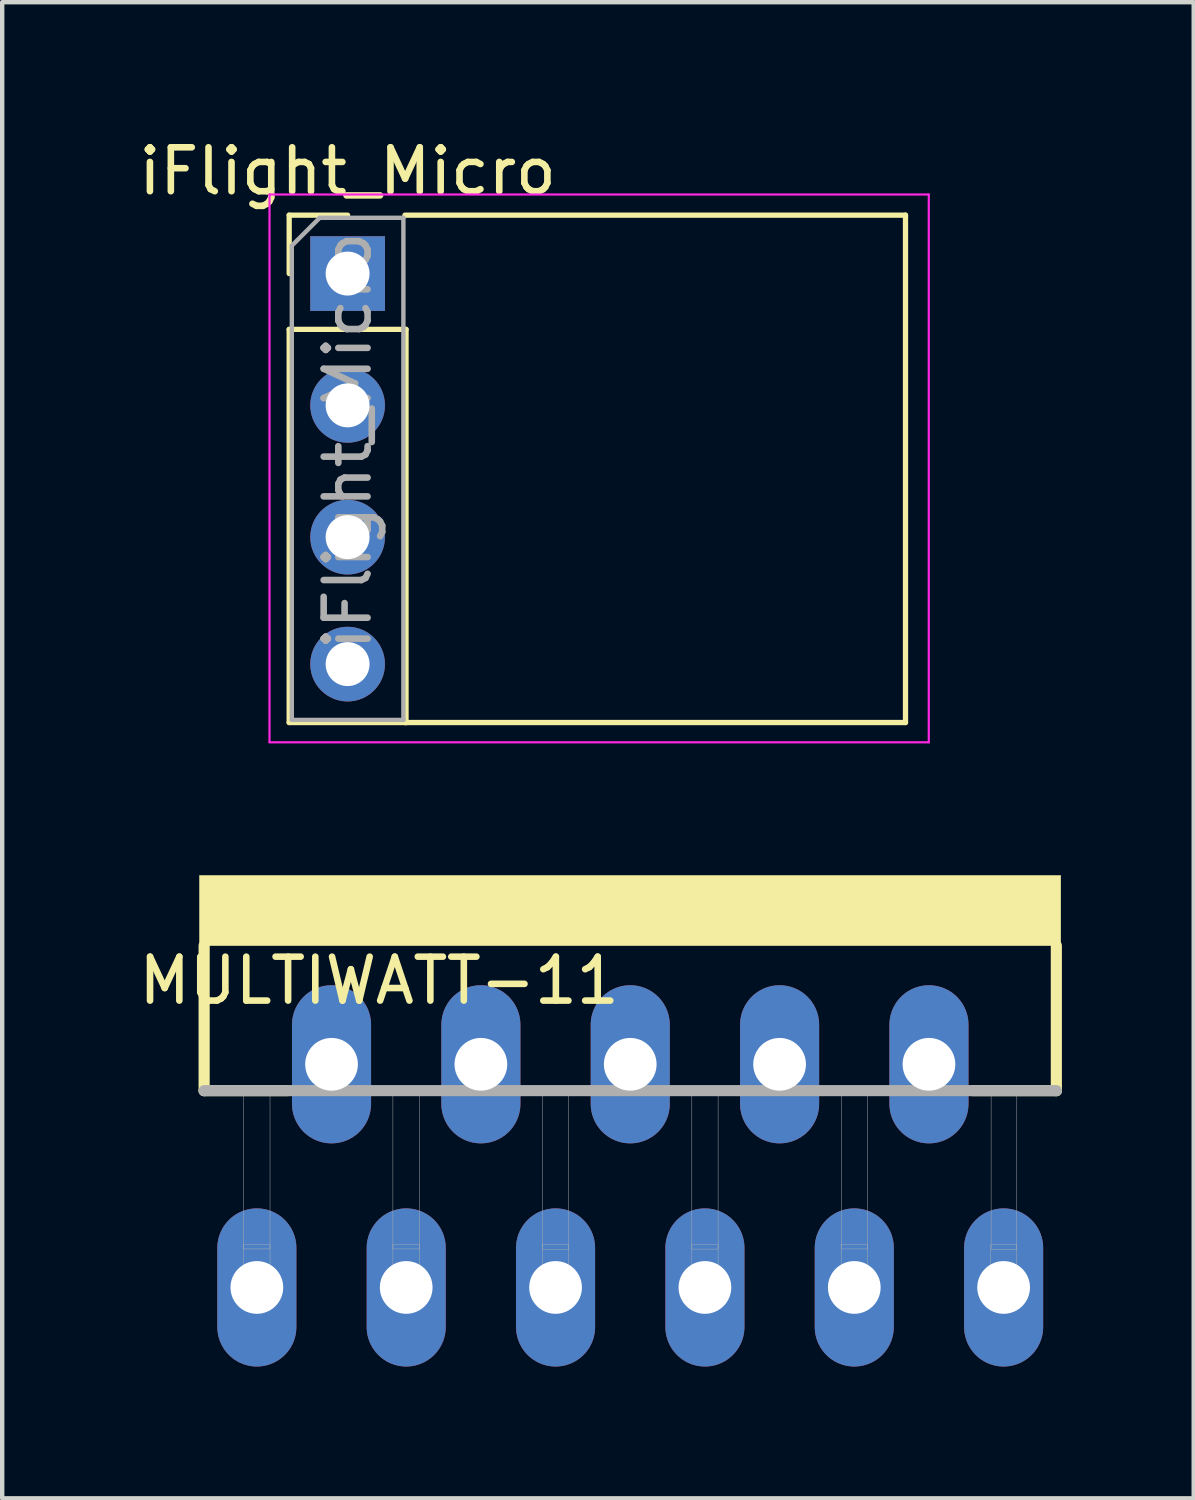
<source format=kicad_pcb>
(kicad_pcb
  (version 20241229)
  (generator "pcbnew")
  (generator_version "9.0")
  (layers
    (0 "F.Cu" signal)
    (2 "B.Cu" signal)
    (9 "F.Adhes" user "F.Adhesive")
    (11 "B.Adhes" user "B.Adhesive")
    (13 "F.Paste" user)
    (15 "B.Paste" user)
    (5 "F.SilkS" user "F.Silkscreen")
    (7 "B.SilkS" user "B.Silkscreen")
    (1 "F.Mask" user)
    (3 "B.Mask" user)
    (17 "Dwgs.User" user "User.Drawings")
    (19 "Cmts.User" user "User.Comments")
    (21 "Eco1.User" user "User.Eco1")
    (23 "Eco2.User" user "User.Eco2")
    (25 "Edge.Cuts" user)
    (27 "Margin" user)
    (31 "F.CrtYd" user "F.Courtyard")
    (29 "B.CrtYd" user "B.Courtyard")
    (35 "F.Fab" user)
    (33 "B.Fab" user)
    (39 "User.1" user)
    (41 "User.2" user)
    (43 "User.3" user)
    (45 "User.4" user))
  (footprint "MULTIWATT-11"
    (layer "F.Cu")
    (at 11.297 19.908)
    (property "Reference" "MULTIWATT-11" (at -5.717 -0.635 0) (layer "F.SilkS") (effects (font (size 1 1) (thickness 0.15))))
    (attr through_hole)
    (fp_line (start -9.7 1.87) (end -9.7 -1.43) (stroke (width 0.254) (type solid)) (layer "F.SilkS"))
    (fp_line (start -9.7 1.87) (end -7.8 1.87) (stroke (width 0.254) (type solid)) (layer "F.SilkS"))
    (fp_line (start 7.8 1.87) (end 9.7 1.87) (stroke (width 0.254) (type solid)) (layer "F.SilkS"))
    (fp_line (start 9.7 1.87) (end 9.7 -1.43) (stroke (width 0.254) (type solid)) (layer "F.SilkS"))
    (fp_poly (pts (xy -9.806 -3.03) (xy 9.8 -3.03) (xy 9.8 -1.431) (xy -9.806 -1.431)) (stroke (width 0.01) (type solid)) (fill yes) (layer "F.SilkS"))
    (fp_line (start -9.7 1.87) (end 9.7 1.87) (stroke (width 0.254) (type solid)) (layer "F.Fab"))
    (fp_poly (pts (xy -8.803 1.97) (xy -8.2 1.97) (xy -8.2 5.472) (xy -8.803 5.472)) (stroke (width 0.01) (type solid)) (fill no) (layer "F.Fab"))
    (fp_poly (pts (xy -8.8 5.37) (xy -8.2 5.37) (xy -8.2 6.57) (xy -8.8 6.57)) (stroke (width 0.01) (type solid)) (fill no) (layer "F.Fab"))
    (fp_poly (pts (xy -5.403 5.37) (xy -4.8 5.37) (xy -4.8 6.574) (xy -5.403 6.574)) (stroke (width 0.01) (type solid)) (fill no) (layer "F.Fab"))
    (fp_poly (pts (xy -5.403 1.97) (xy -4.8 1.97) (xy -4.8 5.473) (xy -5.403 5.473)) (stroke (width 0.01) (type solid)) (fill no) (layer "F.Fab"))
    (fp_poly (pts (xy -2.003 1.97) (xy -1.4 1.97) (xy -1.4 5.479) (xy -2.003 5.479)) (stroke (width 0.01) (type solid)) (fill no) (layer "F.Fab"))
    (fp_poly (pts (xy -2.002 5.37) (xy -1.4 5.37) (xy -1.4 6.578) (xy -2.002 6.578)) (stroke (width 0.01) (type solid)) (fill no) (layer "F.Fab"))
    (fp_poly (pts (xy 1.402 1.97) (xy 2 1.97) (xy 2 5.477) (xy 1.402 5.477)) (stroke (width 0.01) (type solid)) (fill no) (layer "F.Fab"))
    (fp_poly (pts (xy 1.402 5.37) (xy 2 5.37) (xy 2 6.58) (xy 1.402 6.58)) (stroke (width 0.01) (type solid)) (fill no) (layer "F.Fab"))
    (fp_poly (pts (xy 4.802 5.37) (xy 5.4 5.37) (xy 5.4 6.573) (xy 4.802 6.573)) (stroke (width 0.01) (type solid)) (fill no) (layer "F.Fab"))
    (fp_poly (pts (xy 4.803 1.97) (xy 5.4 1.97) (xy 5.4 5.473) (xy 4.803 5.473)) (stroke (width 0.01) (type solid)) (fill no) (layer "F.Fab"))
    (fp_poly (pts (xy 8.208 5.37) (xy 8.8 5.37) (xy 8.8 6.577) (xy 8.208 6.577)) (stroke (width 0.01) (type solid)) (fill no) (layer "F.Fab"))
    (fp_poly (pts (xy 8.215 1.97) (xy 8.8 1.97) (xy 8.8 5.48) (xy 8.215 5.48)) (stroke (width 0.01) (type solid)) (fill no) (layer "F.Fab"))
    (pad "1" thru_hole oval (at -8.5 6.35) (size 1.8 3.6) (drill 1.2) (layers "*.Cu" "*.Mask"))
    (pad "2" thru_hole oval (at -6.8 1.27) (size 1.8 3.6) (drill 1.2) (layers "*.Cu" "*.Mask"))
    (pad "3" thru_hole oval (at -5.1 6.35) (size 1.8 3.6) (drill 1.2) (layers "*.Cu" "*.Mask"))
    (pad "4" thru_hole oval (at -3.4 1.27) (size 1.8 3.6) (drill 1.2) (layers "*.Cu" "*.Mask"))
    (pad "5" thru_hole oval (at -1.7 6.35) (size 1.8 3.6) (drill 1.2) (layers "*.Cu" "*.Mask"))
    (pad "6" thru_hole oval (at 0 1.27) (size 1.8 3.6) (drill 1.2) (layers "*.Cu" "*.Mask"))
    (pad "7" thru_hole oval (at 1.7 6.35) (size 1.8 3.6) (drill 1.2) (layers "*.Cu" "*.Mask"))
    (pad "8" thru_hole oval (at 3.4 1.27) (size 1.8 3.6) (drill 1.2) (layers "*.Cu" "*.Mask"))
    (pad "9" thru_hole oval (at 5.1 6.35) (size 1.8 3.6) (drill 1.2) (layers "*.Cu" "*.Mask"))
    (pad "10" thru_hole oval (at 6.8 1.27) (size 1.8 3.6) (drill 1.2) (layers "*.Cu" "*.Mask"))
    (pad "11" thru_hole oval (at 8.5 6.35) (size 1.8 3.6) (drill 1.2) (layers "*.Cu" "*.Mask")))
  (footprint "iFlight_Micro"
    (layer "F.Cu")
    (at 4.863 3.178)
    (property "Reference" "iFlight_Micro" (at 0 -2.33 0) (layer "F.SilkS") (effects (font (size 1 1) (thickness 0.15))))
    (attr through_hole)
    (fp_line (start -1.33 -1.33) (end 0 -1.33) (stroke (width 0.12) (type solid)) (layer "F.SilkS"))
    (fp_line (start -1.33 0) (end -1.33 -1.33) (stroke (width 0.12) (type solid)) (layer "F.SilkS"))
    (fp_line (start -1.33 1.27) (end -1.33 10.22) (stroke (width 0.12) (type solid)) (layer "F.SilkS"))
    (fp_line (start -1.33 1.27) (end 1.33 1.27) (stroke (width 0.12) (type solid)) (layer "F.SilkS"))
    (fp_line (start -1.33 10.22) (end 1.33 10.22) (stroke (width 0.12) (type solid)) (layer "F.SilkS"))
    (fp_line (start 1.305 -1.33) (end 12.7 -1.33) (stroke (width 0.12) (type solid)) (layer "F.SilkS"))
    (fp_line (start 1.305 10.22) (end 12.7 10.22) (stroke (width 0.12) (type solid)) (layer "F.SilkS"))
    (fp_line (start 1.33 1.27) (end 1.33 10.22) (stroke (width 0.12) (type solid)) (layer "F.SilkS"))
    (fp_line (start 12.7 -1.33) (end 12.7 -1.295) (stroke (width 0.12) (type solid)) (layer "F.SilkS"))
    (fp_line (start 12.7 10.22) (end 12.7 -1.295) (stroke (width 0.12) (type solid)) (layer "F.SilkS"))
    (fp_line (start -1.778 -1.8) (end -1.778 10.668) (stroke (width 0.05) (type solid)) (layer "F.CrtYd"))
    (fp_line (start -1.778 10.67) (end 13.23 10.67) (stroke (width 0.05) (type solid)) (layer "F.CrtYd"))
    (fp_line (start 13.23 -1.8) (end -1.778 -1.8) (stroke (width 0.05) (type solid)) (layer "F.CrtYd"))
    (fp_line (start 13.23 10.67) (end 13.23 -1.8) (stroke (width 0.05) (type solid)) (layer "F.CrtYd"))
    (fp_line (start -1.27 -0.635) (end -0.635 -1.27) (stroke (width 0.1) (type solid)) (layer "F.Fab"))
    (fp_line (start -1.27 10.16) (end -1.27 -0.635) (stroke (width 0.1) (type solid)) (layer "F.Fab"))
    (fp_line (start -0.635 -1.27) (end 1.27 -1.27) (stroke (width 0.1) (type solid)) (layer "F.Fab"))
    (fp_line (start 1.27 -1.27) (end 1.27 10.16) (stroke (width 0.1) (type solid)) (layer "F.Fab"))
    (fp_line (start 1.27 10.16) (end -1.27 10.16) (stroke (width 0.1) (type solid)) (layer "F.Fab"))
    (fp_text user "${REFERENCE}" (at 0 3.81 90) (layer "F.Fab") (effects (font (size 1 1) (thickness 0.15))))
    (pad "1" thru_hole rect (at 0 0) (size 1.7 1.7) (drill 1) (layers "*.Cu" "*.Mask"))
    (pad "2" thru_hole oval (at 0 3) (size 1.7 1.7) (drill 1) (layers "*.Cu" "*.Mask"))
    (pad "3" thru_hole oval (at 0 6) (size 1.7 1.7) (drill 1) (layers "*.Cu" "*.Mask"))
    (pad "4" thru_hole oval (at 0 8.89) (size 1.7 1.7) (drill 1) (layers "*.Cu" "*.Mask")))
  (gr_rect
    (start -3 -3)
    (end 24.124 31.058)
    (stroke (width 0.1) (type default))
    (fill no)
    (layer "Edge.Cuts")))
</source>
